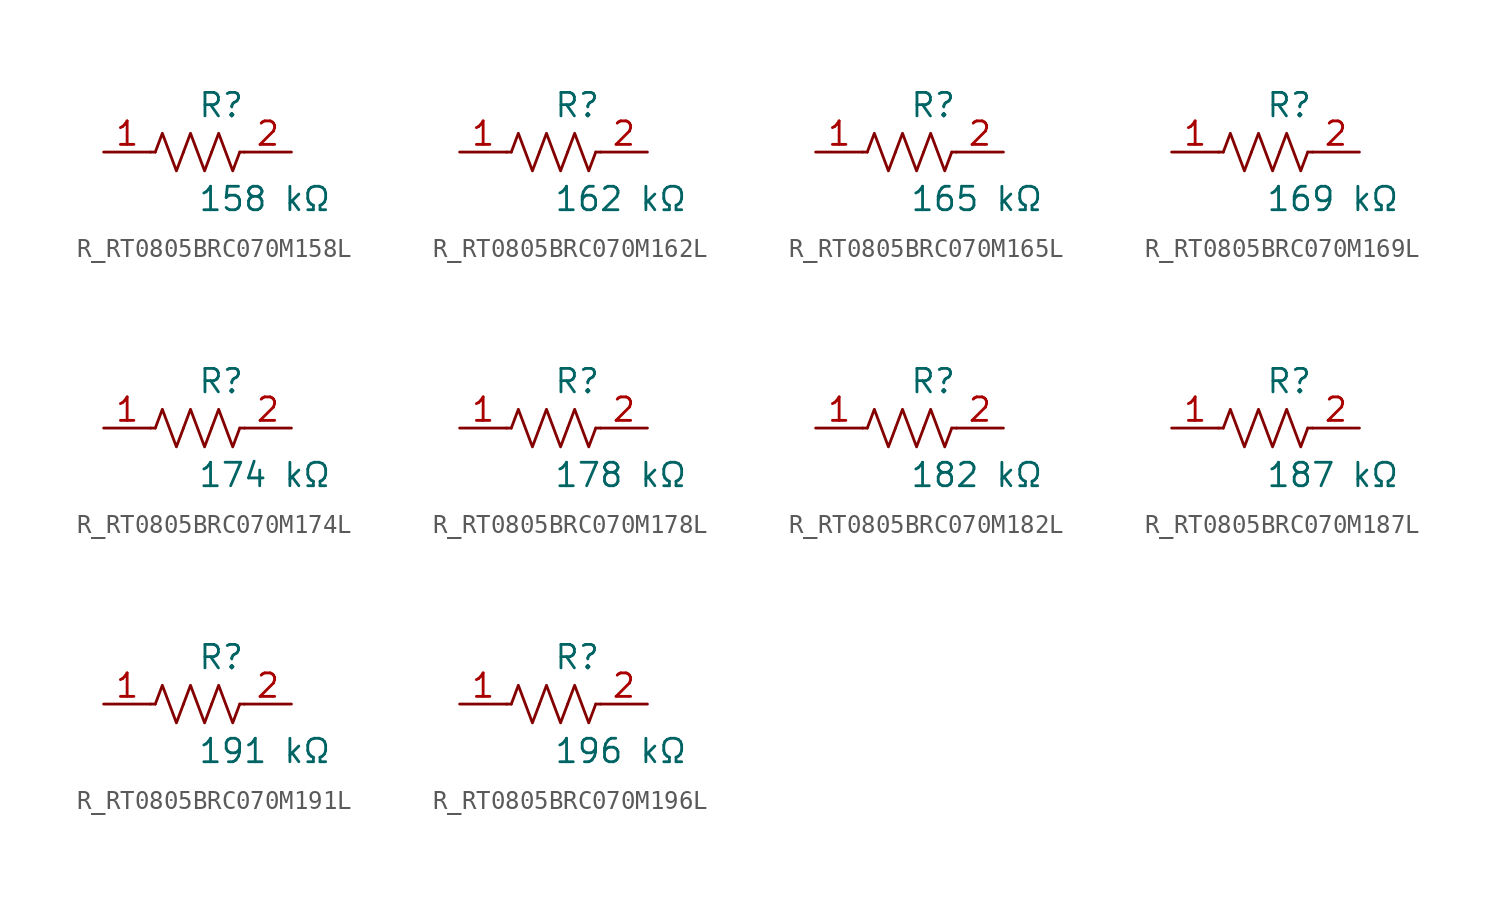
<source format=kicad_sym>
(kicad_symbol_lib
  (version 20231120)
  (generator kicad_symbol_editor)
  (generator_version 8.0)
  (symbol "R_RT0805BRC070M158L"
    (pin_names
      (offset 0.254))
    (property "Reference" "R"
      (at 0.0 2.54 0)
      (effects (font (size 1.27 1.27)) (justify left)))
    (property "Value" "158 kΩ"
      (at 0.0 -2.54 0)
      (effects (font (size 1.27 1.27)) (justify left)))
    (symbol "R_RT0805BRC070M158L_0_1"
      (polyline (pts (xy 2.286 0) (xy 2.54 0)) (stroke (width 0) (type default)) (fill (type none)))
      (polyline (pts (xy -2.286 0) (xy -2.54 0)) (stroke (width 0) (type default)) (fill (type none)))
      (polyline (pts (xy 0.762 0) (xy 1.143 1.016) (xy 1.524 0) (xy 1.905 -1.016) (xy 2.286 0)) (stroke (width 0) (type default)) (fill (type none)))
      (polyline (pts (xy -0.762 0) (xy -0.381 1.016) (xy 0 0) (xy 0.381 -1.016) (xy 0.762 0)) (stroke (width 0) (type default)) (fill (type none)))
      (polyline (pts (xy -2.286 0) (xy -1.905 1.016) (xy -1.524 0) (xy -1.143 -1.016) (xy -0.762 0)) (stroke (width 0) (type default)) (fill (type none))))
    (pin unspecified line
      (at -5.08 0 0)
      (length 2.54)
      (name "" (effects (font (size 1.27 1.27))))
      (number "1" (effects (font (size 1.27 1.27)))))
    (pin unspecified line
      (at 5.08 0 180)
      (length 2.54)
      (name "" (effects (font (size 1.27 1.27))))
      (number "2" (effects (font (size 1.27 1.27))))))
  (symbol "R_RT0805BRC070M162L"
    (pin_names
      (offset 0.254))
    (property "Reference" "R"
      (at 0.0 2.54 0)
      (effects (font (size 1.27 1.27)) (justify left)))
    (property "Value" "162 kΩ"
      (at 0.0 -2.54 0)
      (effects (font (size 1.27 1.27)) (justify left)))
    (symbol "R_RT0805BRC070M162L_0_1"
      (polyline (pts (xy 2.286 0) (xy 2.54 0)) (stroke (width 0) (type default)) (fill (type none)))
      (polyline (pts (xy -2.286 0) (xy -2.54 0)) (stroke (width 0) (type default)) (fill (type none)))
      (polyline (pts (xy 0.762 0) (xy 1.143 1.016) (xy 1.524 0) (xy 1.905 -1.016) (xy 2.286 0)) (stroke (width 0) (type default)) (fill (type none)))
      (polyline (pts (xy -0.762 0) (xy -0.381 1.016) (xy 0 0) (xy 0.381 -1.016) (xy 0.762 0)) (stroke (width 0) (type default)) (fill (type none)))
      (polyline (pts (xy -2.286 0) (xy -1.905 1.016) (xy -1.524 0) (xy -1.143 -1.016) (xy -0.762 0)) (stroke (width 0) (type default)) (fill (type none))))
    (pin unspecified line
      (at -5.08 0 0)
      (length 2.54)
      (name "" (effects (font (size 1.27 1.27))))
      (number "1" (effects (font (size 1.27 1.27)))))
    (pin unspecified line
      (at 5.08 0 180)
      (length 2.54)
      (name "" (effects (font (size 1.27 1.27))))
      (number "2" (effects (font (size 1.27 1.27))))))
  (symbol "R_RT0805BRC070M165L"
    (pin_names
      (offset 0.254))
    (property "Reference" "R"
      (at 0.0 2.54 0)
      (effects (font (size 1.27 1.27)) (justify left)))
    (property "Value" "165 kΩ"
      (at 0.0 -2.54 0)
      (effects (font (size 1.27 1.27)) (justify left)))
    (symbol "R_RT0805BRC070M165L_0_1"
      (polyline (pts (xy 2.286 0) (xy 2.54 0)) (stroke (width 0) (type default)) (fill (type none)))
      (polyline (pts (xy -2.286 0) (xy -2.54 0)) (stroke (width 0) (type default)) (fill (type none)))
      (polyline (pts (xy 0.762 0) (xy 1.143 1.016) (xy 1.524 0) (xy 1.905 -1.016) (xy 2.286 0)) (stroke (width 0) (type default)) (fill (type none)))
      (polyline (pts (xy -0.762 0) (xy -0.381 1.016) (xy 0 0) (xy 0.381 -1.016) (xy 0.762 0)) (stroke (width 0) (type default)) (fill (type none)))
      (polyline (pts (xy -2.286 0) (xy -1.905 1.016) (xy -1.524 0) (xy -1.143 -1.016) (xy -0.762 0)) (stroke (width 0) (type default)) (fill (type none))))
    (pin unspecified line
      (at -5.08 0 0)
      (length 2.54)
      (name "" (effects (font (size 1.27 1.27))))
      (number "1" (effects (font (size 1.27 1.27)))))
    (pin unspecified line
      (at 5.08 0 180)
      (length 2.54)
      (name "" (effects (font (size 1.27 1.27))))
      (number "2" (effects (font (size 1.27 1.27))))))
  (symbol "R_RT0805BRC070M169L"
    (pin_names
      (offset 0.254))
    (property "Reference" "R"
      (at 0.0 2.54 0)
      (effects (font (size 1.27 1.27)) (justify left)))
    (property "Value" "169 kΩ"
      (at 0.0 -2.54 0)
      (effects (font (size 1.27 1.27)) (justify left)))
    (symbol "R_RT0805BRC070M169L_0_1"
      (polyline (pts (xy 2.286 0) (xy 2.54 0)) (stroke (width 0) (type default)) (fill (type none)))
      (polyline (pts (xy -2.286 0) (xy -2.54 0)) (stroke (width 0) (type default)) (fill (type none)))
      (polyline (pts (xy 0.762 0) (xy 1.143 1.016) (xy 1.524 0) (xy 1.905 -1.016) (xy 2.286 0)) (stroke (width 0) (type default)) (fill (type none)))
      (polyline (pts (xy -0.762 0) (xy -0.381 1.016) (xy 0 0) (xy 0.381 -1.016) (xy 0.762 0)) (stroke (width 0) (type default)) (fill (type none)))
      (polyline (pts (xy -2.286 0) (xy -1.905 1.016) (xy -1.524 0) (xy -1.143 -1.016) (xy -0.762 0)) (stroke (width 0) (type default)) (fill (type none))))
    (pin unspecified line
      (at -5.08 0 0)
      (length 2.54)
      (name "" (effects (font (size 1.27 1.27))))
      (number "1" (effects (font (size 1.27 1.27)))))
    (pin unspecified line
      (at 5.08 0 180)
      (length 2.54)
      (name "" (effects (font (size 1.27 1.27))))
      (number "2" (effects (font (size 1.27 1.27))))))
  (symbol "R_RT0805BRC070M174L"
    (pin_names
      (offset 0.254))
    (property "Reference" "R"
      (at 0.0 2.54 0)
      (effects (font (size 1.27 1.27)) (justify left)))
    (property "Value" "174 kΩ"
      (at 0.0 -2.54 0)
      (effects (font (size 1.27 1.27)) (justify left)))
    (symbol "R_RT0805BRC070M174L_0_1"
      (polyline (pts (xy 2.286 0) (xy 2.54 0)) (stroke (width 0) (type default)) (fill (type none)))
      (polyline (pts (xy -2.286 0) (xy -2.54 0)) (stroke (width 0) (type default)) (fill (type none)))
      (polyline (pts (xy 0.762 0) (xy 1.143 1.016) (xy 1.524 0) (xy 1.905 -1.016) (xy 2.286 0)) (stroke (width 0) (type default)) (fill (type none)))
      (polyline (pts (xy -0.762 0) (xy -0.381 1.016) (xy 0 0) (xy 0.381 -1.016) (xy 0.762 0)) (stroke (width 0) (type default)) (fill (type none)))
      (polyline (pts (xy -2.286 0) (xy -1.905 1.016) (xy -1.524 0) (xy -1.143 -1.016) (xy -0.762 0)) (stroke (width 0) (type default)) (fill (type none))))
    (pin unspecified line
      (at -5.08 0 0)
      (length 2.54)
      (name "" (effects (font (size 1.27 1.27))))
      (number "1" (effects (font (size 1.27 1.27)))))
    (pin unspecified line
      (at 5.08 0 180)
      (length 2.54)
      (name "" (effects (font (size 1.27 1.27))))
      (number "2" (effects (font (size 1.27 1.27))))))
  (symbol "R_RT0805BRC070M178L"
    (pin_names
      (offset 0.254))
    (property "Reference" "R"
      (at 0.0 2.54 0)
      (effects (font (size 1.27 1.27)) (justify left)))
    (property "Value" "178 kΩ"
      (at 0.0 -2.54 0)
      (effects (font (size 1.27 1.27)) (justify left)))
    (symbol "R_RT0805BRC070M178L_0_1"
      (polyline (pts (xy 2.286 0) (xy 2.54 0)) (stroke (width 0) (type default)) (fill (type none)))
      (polyline (pts (xy -2.286 0) (xy -2.54 0)) (stroke (width 0) (type default)) (fill (type none)))
      (polyline (pts (xy 0.762 0) (xy 1.143 1.016) (xy 1.524 0) (xy 1.905 -1.016) (xy 2.286 0)) (stroke (width 0) (type default)) (fill (type none)))
      (polyline (pts (xy -0.762 0) (xy -0.381 1.016) (xy 0 0) (xy 0.381 -1.016) (xy 0.762 0)) (stroke (width 0) (type default)) (fill (type none)))
      (polyline (pts (xy -2.286 0) (xy -1.905 1.016) (xy -1.524 0) (xy -1.143 -1.016) (xy -0.762 0)) (stroke (width 0) (type default)) (fill (type none))))
    (pin unspecified line
      (at -5.08 0 0)
      (length 2.54)
      (name "" (effects (font (size 1.27 1.27))))
      (number "1" (effects (font (size 1.27 1.27)))))
    (pin unspecified line
      (at 5.08 0 180)
      (length 2.54)
      (name "" (effects (font (size 1.27 1.27))))
      (number "2" (effects (font (size 1.27 1.27))))))
  (symbol "R_RT0805BRC070M182L"
    (pin_names
      (offset 0.254))
    (property "Reference" "R"
      (at 0.0 2.54 0)
      (effects (font (size 1.27 1.27)) (justify left)))
    (property "Value" "182 kΩ"
      (at 0.0 -2.54 0)
      (effects (font (size 1.27 1.27)) (justify left)))
    (symbol "R_RT0805BRC070M182L_0_1"
      (polyline (pts (xy 2.286 0) (xy 2.54 0)) (stroke (width 0) (type default)) (fill (type none)))
      (polyline (pts (xy -2.286 0) (xy -2.54 0)) (stroke (width 0) (type default)) (fill (type none)))
      (polyline (pts (xy 0.762 0) (xy 1.143 1.016) (xy 1.524 0) (xy 1.905 -1.016) (xy 2.286 0)) (stroke (width 0) (type default)) (fill (type none)))
      (polyline (pts (xy -0.762 0) (xy -0.381 1.016) (xy 0 0) (xy 0.381 -1.016) (xy 0.762 0)) (stroke (width 0) (type default)) (fill (type none)))
      (polyline (pts (xy -2.286 0) (xy -1.905 1.016) (xy -1.524 0) (xy -1.143 -1.016) (xy -0.762 0)) (stroke (width 0) (type default)) (fill (type none))))
    (pin unspecified line
      (at -5.08 0 0)
      (length 2.54)
      (name "" (effects (font (size 1.27 1.27))))
      (number "1" (effects (font (size 1.27 1.27)))))
    (pin unspecified line
      (at 5.08 0 180)
      (length 2.54)
      (name "" (effects (font (size 1.27 1.27))))
      (number "2" (effects (font (size 1.27 1.27))))))
  (symbol "R_RT0805BRC070M187L"
    (pin_names
      (offset 0.254))
    (property "Reference" "R"
      (at 0.0 2.54 0)
      (effects (font (size 1.27 1.27)) (justify left)))
    (property "Value" "187 kΩ"
      (at 0.0 -2.54 0)
      (effects (font (size 1.27 1.27)) (justify left)))
    (symbol "R_RT0805BRC070M187L_0_1"
      (polyline (pts (xy 2.286 0) (xy 2.54 0)) (stroke (width 0) (type default)) (fill (type none)))
      (polyline (pts (xy -2.286 0) (xy -2.54 0)) (stroke (width 0) (type default)) (fill (type none)))
      (polyline (pts (xy 0.762 0) (xy 1.143 1.016) (xy 1.524 0) (xy 1.905 -1.016) (xy 2.286 0)) (stroke (width 0) (type default)) (fill (type none)))
      (polyline (pts (xy -0.762 0) (xy -0.381 1.016) (xy 0 0) (xy 0.381 -1.016) (xy 0.762 0)) (stroke (width 0) (type default)) (fill (type none)))
      (polyline (pts (xy -2.286 0) (xy -1.905 1.016) (xy -1.524 0) (xy -1.143 -1.016) (xy -0.762 0)) (stroke (width 0) (type default)) (fill (type none))))
    (pin unspecified line
      (at -5.08 0 0)
      (length 2.54)
      (name "" (effects (font (size 1.27 1.27))))
      (number "1" (effects (font (size 1.27 1.27)))))
    (pin unspecified line
      (at 5.08 0 180)
      (length 2.54)
      (name "" (effects (font (size 1.27 1.27))))
      (number "2" (effects (font (size 1.27 1.27))))))
  (symbol "R_RT0805BRC070M191L"
    (pin_names
      (offset 0.254))
    (property "Reference" "R"
      (at 0.0 2.54 0)
      (effects (font (size 1.27 1.27)) (justify left)))
    (property "Value" "191 kΩ"
      (at 0.0 -2.54 0)
      (effects (font (size 1.27 1.27)) (justify left)))
    (symbol "R_RT0805BRC070M191L_0_1"
      (polyline (pts (xy 2.286 0) (xy 2.54 0)) (stroke (width 0) (type default)) (fill (type none)))
      (polyline (pts (xy -2.286 0) (xy -2.54 0)) (stroke (width 0) (type default)) (fill (type none)))
      (polyline (pts (xy 0.762 0) (xy 1.143 1.016) (xy 1.524 0) (xy 1.905 -1.016) (xy 2.286 0)) (stroke (width 0) (type default)) (fill (type none)))
      (polyline (pts (xy -0.762 0) (xy -0.381 1.016) (xy 0 0) (xy 0.381 -1.016) (xy 0.762 0)) (stroke (width 0) (type default)) (fill (type none)))
      (polyline (pts (xy -2.286 0) (xy -1.905 1.016) (xy -1.524 0) (xy -1.143 -1.016) (xy -0.762 0)) (stroke (width 0) (type default)) (fill (type none))))
    (pin unspecified line
      (at -5.08 0 0)
      (length 2.54)
      (name "" (effects (font (size 1.27 1.27))))
      (number "1" (effects (font (size 1.27 1.27)))))
    (pin unspecified line
      (at 5.08 0 180)
      (length 2.54)
      (name "" (effects (font (size 1.27 1.27))))
      (number "2" (effects (font (size 1.27 1.27))))))
  (symbol "R_RT0805BRC070M196L"
    (pin_names
      (offset 0.254))
    (property "Reference" "R"
      (at 0.0 2.54 0)
      (effects (font (size 1.27 1.27)) (justify left)))
    (property "Value" "196 kΩ"
      (at 0.0 -2.54 0)
      (effects (font (size 1.27 1.27)) (justify left)))
    (symbol "R_RT0805BRC070M196L_0_1"
      (polyline (pts (xy 2.286 0) (xy 2.54 0)) (stroke (width 0) (type default)) (fill (type none)))
      (polyline (pts (xy -2.286 0) (xy -2.54 0)) (stroke (width 0) (type default)) (fill (type none)))
      (polyline (pts (xy 0.762 0) (xy 1.143 1.016) (xy 1.524 0) (xy 1.905 -1.016) (xy 2.286 0)) (stroke (width 0) (type default)) (fill (type none)))
      (polyline (pts (xy -0.762 0) (xy -0.381 1.016) (xy 0 0) (xy 0.381 -1.016) (xy 0.762 0)) (stroke (width 0) (type default)) (fill (type none)))
      (polyline (pts (xy -2.286 0) (xy -1.905 1.016) (xy -1.524 0) (xy -1.143 -1.016) (xy -0.762 0)) (stroke (width 0) (type default)) (fill (type none))))
    (pin unspecified line
      (at -5.08 0 0)
      (length 2.54)
      (name "" (effects (font (size 1.27 1.27))))
      (number "1" (effects (font (size 1.27 1.27)))))
    (pin unspecified line
      (at 5.08 0 180)
      (length 2.54)
      (name "" (effects (font (size 1.27 1.27))))
      (number "2" (effects (font (size 1.27 1.27)))))))
</source>
